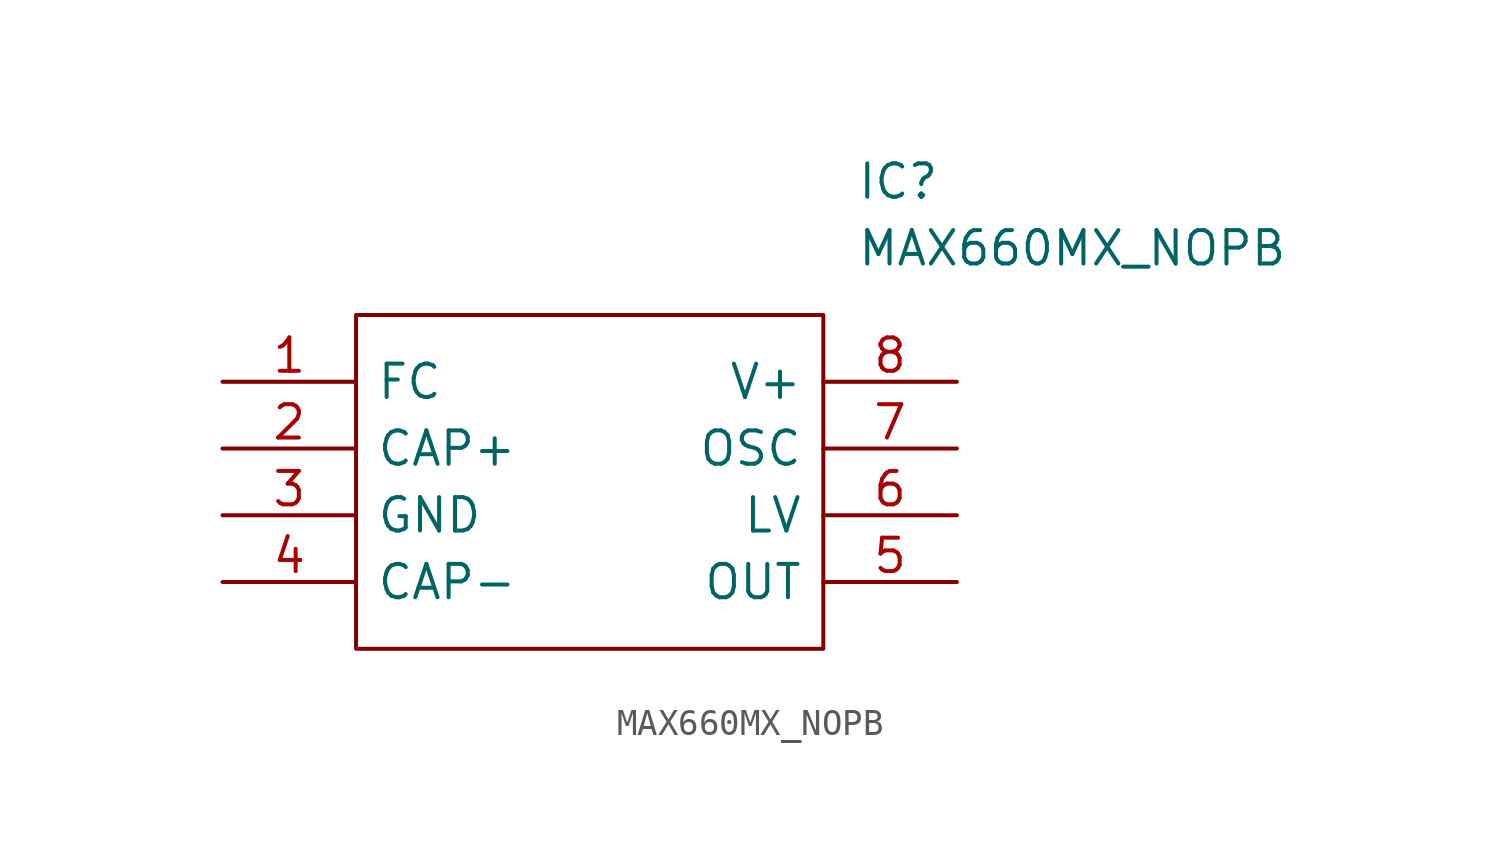
<source format=kicad_sym>
(kicad_symbol_lib
  (version 20211014)
  (generator kicad_symbol_editor)
  (symbol "MAX660MX_NOPB"
    (pin_names
      (offset 0.762))
    (property "Reference" "IC"
      (at 24.13 7.62 0)
      (effects (font (size 1.27 1.27)) (justify left)))
    (property "Value" "MAX660MX_NOPB"
      (at 24.13 5.08 0)
      (effects (font (size 1.27 1.27)) (justify left)))
    (symbol "MAX660MX_NOPB_0_0"
      (pin passive line (at 0 0 0) (length 5.08) (name "FC" (effects (font (size 1.27 1.27)))) (number "1" (effects (font (size 1.27 1.27)))))
      (pin passive line (at 0 -2.54 0) (length 5.08) (name "CAP+" (effects (font (size 1.27 1.27)))) (number "2" (effects (font (size 1.27 1.27)))))
      (pin power_in line (at 0 -5.08 0) (length 5.08) (name "GND" (effects (font (size 1.27 1.27)))) (number "3" (effects (font (size 1.27 1.27)))))
      (pin passive line (at 0 -7.62 0) (length 5.08) (name "CAP-" (effects (font (size 1.27 1.27)))) (number "4" (effects (font (size 1.27 1.27)))))
      (pin output line (at 27.94 -7.62 180) (length 5.08) (name "OUT" (effects (font (size 1.27 1.27)))) (number "5" (effects (font (size 1.27 1.27)))))
      (pin passive line (at 27.94 -5.08 180) (length 5.08) (name "LV" (effects (font (size 1.27 1.27)))) (number "6" (effects (font (size 1.27 1.27)))))
      (pin passive line (at 27.94 -2.54 180) (length 5.08) (name "OSC" (effects (font (size 1.27 1.27)))) (number "7" (effects (font (size 1.27 1.27)))))
      (pin power_in line (at 27.94 0 180) (length 5.08) (name "V+" (effects (font (size 1.27 1.27)))) (number "8" (effects (font (size 1.27 1.27))))))
    (symbol "MAX660MX_NOPB_0_1"
      (polyline (pts (xy 5.08 2.54) (xy 22.86 2.54) (xy 22.86 -10.16) (xy 5.08 -10.16) (xy 5.08 2.54)) (stroke (width 0.152) (type default) (color 0 0 0 0)) (fill (type none))))))
</source>
